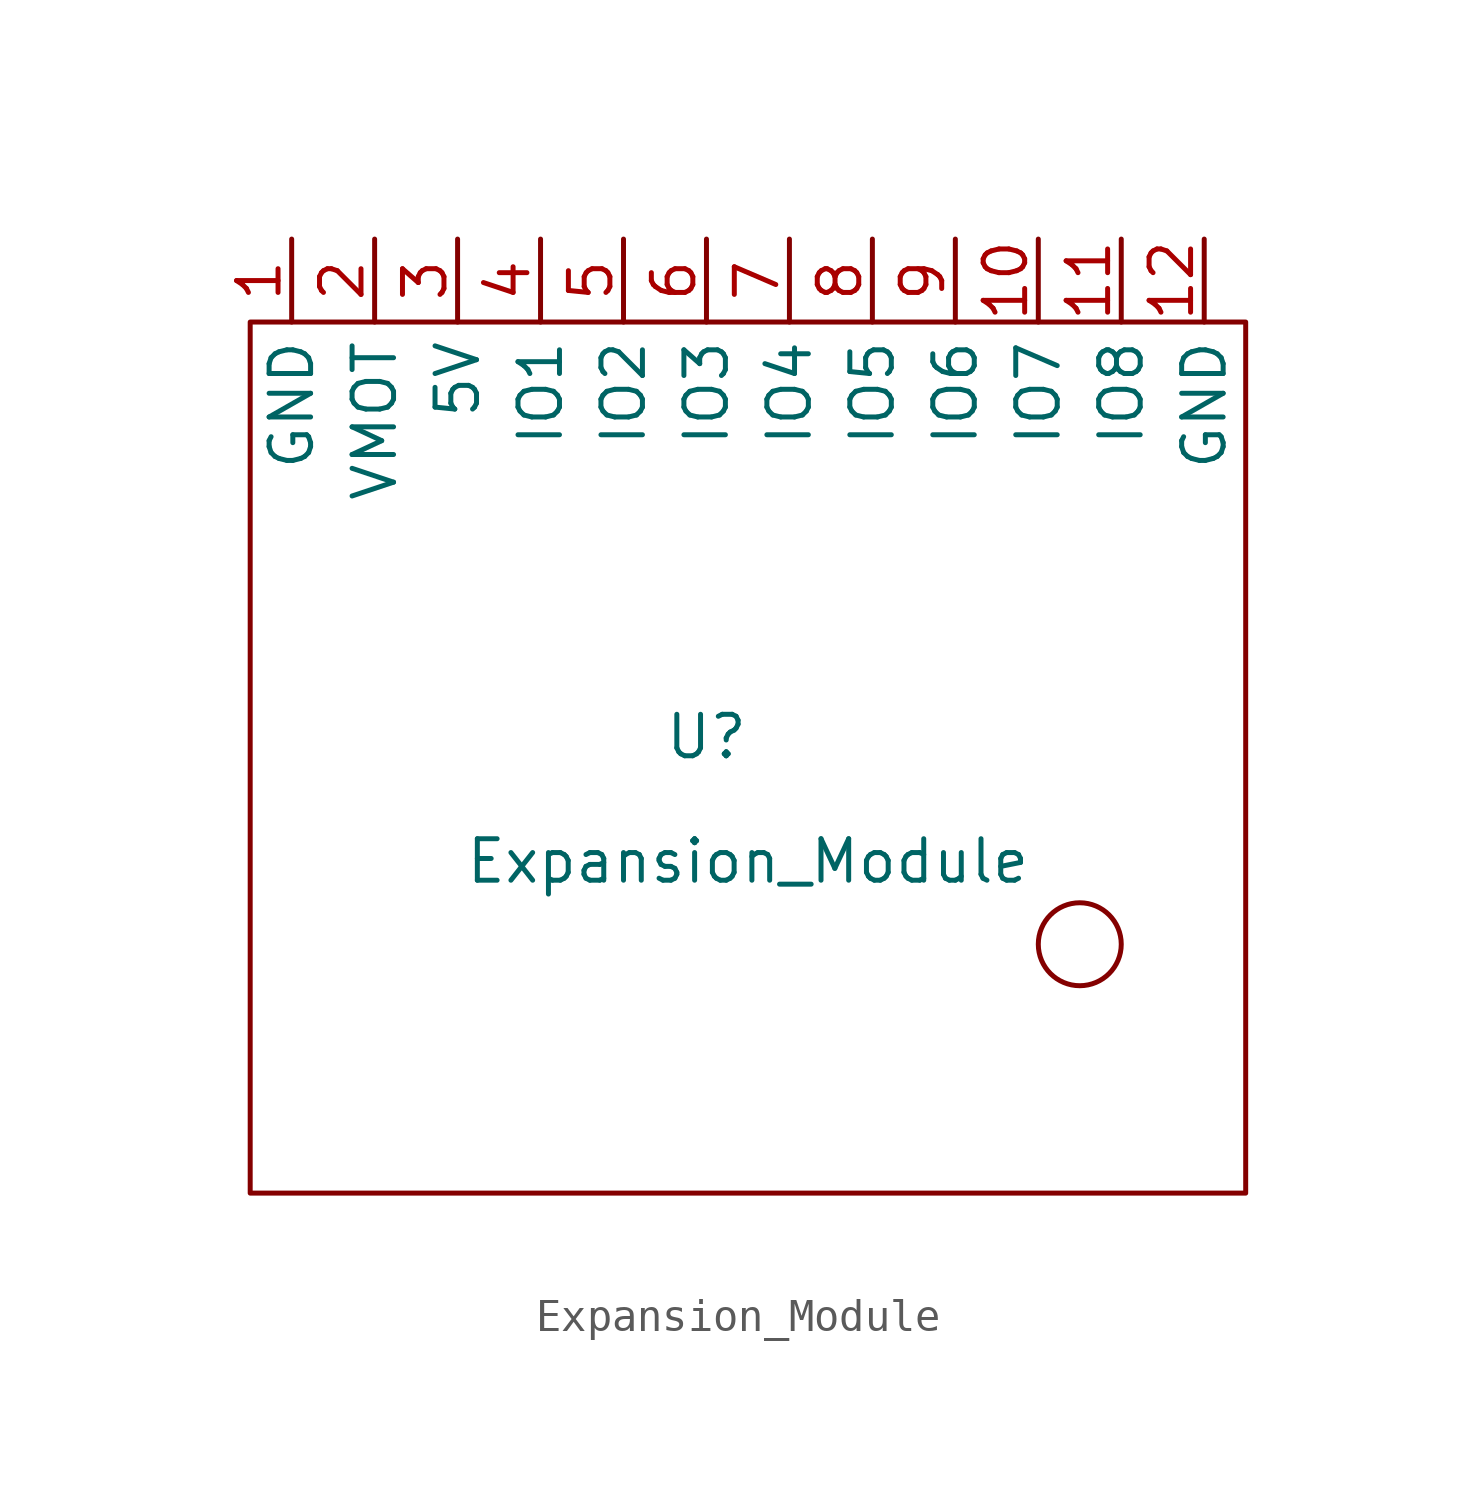
<source format=kicad_sym>
(kicad_symbol_lib
  (version 20211014)
  (generator kicad_symbol_editor)
  (symbol "Expansion_Module"
    (property "Reference" "U"
      (at -1.27 -1.27 0)
      (effects (font (size 1.27 1.27))))
    (property "Value" "Expansion_Module"
      (at 0 -5.08 0)
      (effects (font (size 1.27 1.27))))
    (symbol "Expansion_Module_0_1"
      (rectangle (start -15.24 11.43) (end 15.24 -15.24) (stroke (width 0) (type default) (color 0 0 0 0)) (fill (type none)))
      (circle (center 10.16 -7.62) (radius 1.27) (stroke (width 0) (type default) (color 0 0 0 0)) (fill (type none))))
    (symbol "Expansion_Module_1_1"
      (pin bidirectional line (at -13.97 13.97 270) (length 2.54) (name "GND" (effects (font (size 1.27 1.27)))) (number "1" (effects (font (size 1.27 1.27)))))
      (pin bidirectional line (at 8.89 13.97 270) (length 2.54) (name "IO7" (effects (font (size 1.27 1.27)))) (number "10" (effects (font (size 1.27 1.27)))))
      (pin bidirectional line (at 11.43 13.97 270) (length 2.54) (name "IO8" (effects (font (size 1.27 1.27)))) (number "11" (effects (font (size 1.27 1.27)))))
      (pin bidirectional line (at 13.97 13.97 270) (length 2.54) (name "GND" (effects (font (size 1.27 1.27)))) (number "12" (effects (font (size 1.27 1.27)))))
      (pin bidirectional line (at -11.43 13.97 270) (length 2.54) (name "VMOT" (effects (font (size 1.27 1.27)))) (number "2" (effects (font (size 1.27 1.27)))))
      (pin bidirectional line (at -8.89 13.97 270) (length 2.54) (name "5V" (effects (font (size 1.27 1.27)))) (number "3" (effects (font (size 1.27 1.27)))))
      (pin bidirectional line (at -6.35 13.97 270) (length 2.54) (name "IO1" (effects (font (size 1.27 1.27)))) (number "4" (effects (font (size 1.27 1.27)))))
      (pin bidirectional line (at -3.81 13.97 270) (length 2.54) (name "IO2" (effects (font (size 1.27 1.27)))) (number "5" (effects (font (size 1.27 1.27)))))
      (pin bidirectional line (at -1.27 13.97 270) (length 2.54) (name "IO3" (effects (font (size 1.27 1.27)))) (number "6" (effects (font (size 1.27 1.27)))))
      (pin bidirectional line (at 1.27 13.97 270) (length 2.54) (name "IO4" (effects (font (size 1.27 1.27)))) (number "7" (effects (font (size 1.27 1.27)))))
      (pin bidirectional line (at 3.81 13.97 270) (length 2.54) (name "IO5" (effects (font (size 1.27 1.27)))) (number "8" (effects (font (size 1.27 1.27)))))
      (pin bidirectional line (at 6.35 13.97 270) (length 2.54) (name "IO6" (effects (font (size 1.27 1.27)))) (number "9" (effects (font (size 1.27 1.27))))))))
</source>
